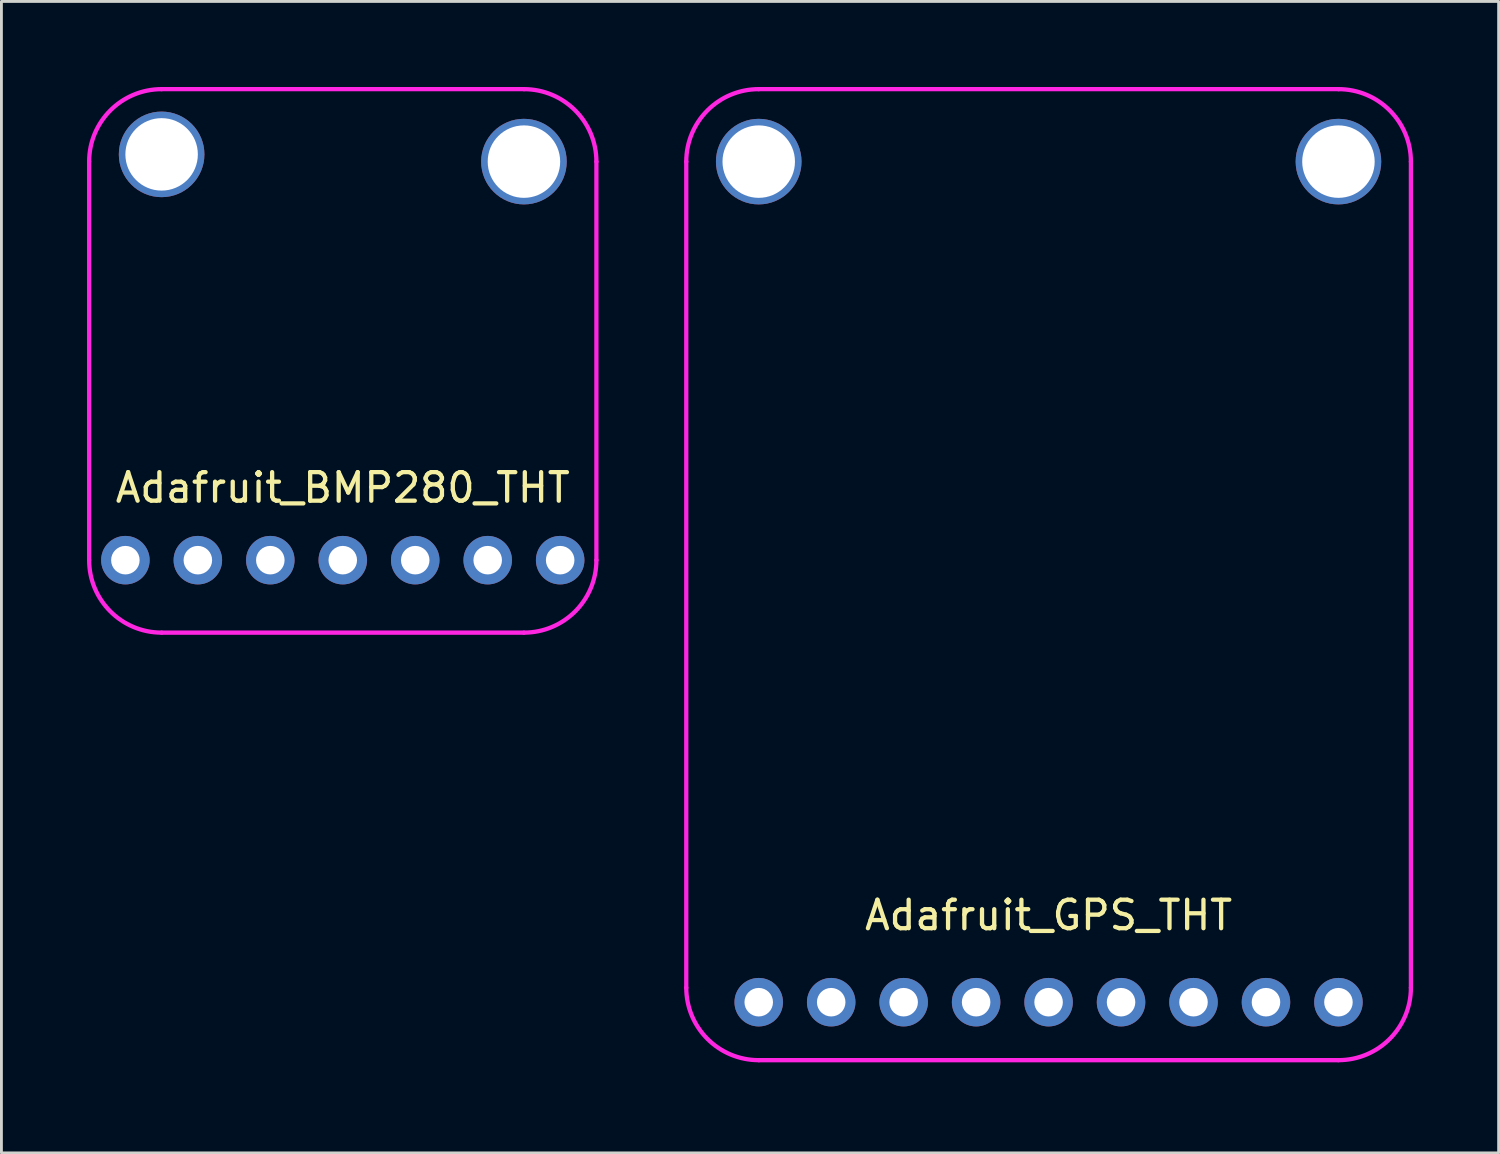
<source format=kicad_pcb>
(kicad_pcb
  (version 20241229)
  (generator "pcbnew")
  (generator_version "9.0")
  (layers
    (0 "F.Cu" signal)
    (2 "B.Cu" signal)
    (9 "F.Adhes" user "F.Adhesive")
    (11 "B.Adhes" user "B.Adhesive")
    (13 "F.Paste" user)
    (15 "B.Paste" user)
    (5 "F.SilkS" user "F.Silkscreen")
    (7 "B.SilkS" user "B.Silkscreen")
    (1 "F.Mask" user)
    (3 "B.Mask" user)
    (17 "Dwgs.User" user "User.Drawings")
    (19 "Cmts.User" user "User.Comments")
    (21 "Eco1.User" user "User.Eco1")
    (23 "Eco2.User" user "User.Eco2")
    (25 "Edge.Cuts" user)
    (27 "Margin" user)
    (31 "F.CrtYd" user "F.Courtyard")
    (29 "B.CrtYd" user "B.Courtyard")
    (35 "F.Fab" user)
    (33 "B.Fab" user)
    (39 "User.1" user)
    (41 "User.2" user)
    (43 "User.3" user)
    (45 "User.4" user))
  (footprint "Adafruit_GPS_THT"
    (layer "F.Cu")
    (at 33.705 34.111)
    (property "Reference" "Adafruit_GPS_THT" (at 0 -5.08 0) (layer "F.SilkS") (effects (font (size 1 1) (thickness 0.15))))
    (attr through_hole)
    (fp_line (start -12.7 -2.54) (end -12.7 -31.496) (stroke (width 0.15) (type solid)) (layer "F.CrtYd"))
    (fp_line (start -10.16 -34.036) (end 10.16 -34.036) (stroke (width 0.15) (type solid)) (layer "F.CrtYd"))
    (fp_line (start 10.16 0) (end -10.16 0) (stroke (width 0.15) (type solid)) (layer "F.CrtYd"))
    (fp_line (start 12.7 -31.496) (end 12.7 -2.54) (stroke (width 0.15) (type solid)) (layer "F.CrtYd"))
    (fp_arc (start -12.7 -31.496) (mid -11.956051 -33.292051) (end -10.16 -34.036) (stroke (width 0.15) (type solid)) (layer "F.CrtYd"))
    (fp_arc (start -10.16 0) (mid -11.956051 -0.743949) (end -12.7 -2.54) (stroke (width 0.15) (type solid)) (layer "F.CrtYd"))
    (fp_arc (start 10.16 -34.036) (mid 11.956051 -33.292051) (end 12.7 -31.496) (stroke (width 0.15) (type solid)) (layer "F.CrtYd"))
    (fp_arc (start 12.7 -2.54) (mid 11.956051 -0.743949) (end 10.16 0) (stroke (width 0.15) (type solid)) (layer "F.CrtYd"))
    (pad "" np_thru_hole circle (at -10.16 -31.496) (size 3 3) (drill 2.54) (layers "*.Cu" "*.Mask"))
    (pad "" np_thru_hole circle (at 10.16 -31.496) (size 3 3) (drill 2.54) (layers "*.Cu" "*.Mask"))
    (pad "1" thru_hole circle (at -10.16 -2.032) (size 1.7 1.7) (drill 1) (layers "*.Cu" "*.Mask"))
    (pad "2" thru_hole circle (at -7.62 -2.032) (size 1.7 1.7) (drill 1) (layers "*.Cu" "*.Mask"))
    (pad "3" thru_hole circle (at -5.08 -2.032) (size 1.7 1.7) (drill 1) (layers "*.Cu" "*.Mask"))
    (pad "4" thru_hole circle (at -2.54 -2.032) (size 1.7 1.7) (drill 1) (layers "*.Cu" "*.Mask"))
    (pad "5" thru_hole circle (at 0 -2.032) (size 1.7 1.7) (drill 1) (layers "*.Cu" "*.Mask"))
    (pad "6" thru_hole circle (at 2.54 -2.032) (size 1.7 1.7) (drill 1) (layers "*.Cu" "*.Mask"))
    (pad "7" thru_hole circle (at 5.08 -2.032) (size 1.7 1.7) (drill 1) (layers "*.Cu" "*.Mask"))
    (pad "8" thru_hole circle (at 7.62 -2.032) (size 1.7 1.7) (drill 1) (layers "*.Cu" "*.Mask"))
    (pad "9" thru_hole circle (at 10.16 -2.032) (size 1.7 1.7) (drill 1) (layers "*.Cu" "*.Mask")))
  (footprint "Adafruit_BMP280_THT"
    (layer "F.Cu")
    (at 8.965 19.125)
    (property "Reference" "Adafruit_BMP280_THT" (at 0 -5.08 0) (layer "F.SilkS") (effects (font (size 1 1) (thickness 0.15))))
    (attr through_hole)
    (fp_line (start -8.89 -2.54) (end -8.89 -16.51) (stroke (width 0.15) (type solid)) (layer "F.CrtYd"))
    (fp_line (start -6.35 -19.05) (end 6.35 -19.05) (stroke (width 0.15) (type solid)) (layer "F.CrtYd"))
    (fp_line (start 6.35 0) (end -6.35 0) (stroke (width 0.15) (type solid)) (layer "F.CrtYd"))
    (fp_line (start 8.89 -16.51) (end 8.89 -2.54) (stroke (width 0.15) (type solid)) (layer "F.CrtYd"))
    (fp_arc (start -8.89 -16.51) (mid -8.146051 -18.306051) (end -6.35 -19.05) (stroke (width 0.15) (type solid)) (layer "F.CrtYd"))
    (fp_arc (start -6.35 0) (mid -8.146051 -0.743949) (end -8.89 -2.54) (stroke (width 0.15) (type solid)) (layer "F.CrtYd"))
    (fp_arc (start 6.35 -19.05) (mid 8.146051 -18.306051) (end 8.89 -16.51) (stroke (width 0.15) (type solid)) (layer "F.CrtYd"))
    (fp_arc (start 8.89 -2.54) (mid 8.146051 -0.743949) (end 6.35 0) (stroke (width 0.15) (type solid)) (layer "F.CrtYd"))
    (pad "" np_thru_hole circle (at -6.35 -16.764) (size 3 3) (drill 2.54) (layers "*.Cu" "*.Mask"))
    (pad "" np_thru_hole circle (at 6.35 -16.51) (size 3 3) (drill 2.54) (layers "*.Cu" "*.Mask"))
    (pad "1" thru_hole circle (at -7.62 -2.54) (size 1.7 1.7) (drill 1) (layers "*.Cu" "*.Mask"))
    (pad "2" thru_hole circle (at -5.08 -2.54) (size 1.7 1.7) (drill 1) (layers "*.Cu" "*.Mask"))
    (pad "3" thru_hole circle (at -2.54 -2.54) (size 1.7 1.7) (drill 1) (layers "*.Cu" "*.Mask"))
    (pad "4" thru_hole circle (at 0 -2.54) (size 1.7 1.7) (drill 1) (layers "*.Cu" "*.Mask"))
    (pad "5" thru_hole circle (at 2.54 -2.54) (size 1.7 1.7) (drill 1) (layers "*.Cu" "*.Mask"))
    (pad "6" thru_hole circle (at 5.08 -2.54) (size 1.7 1.7) (drill 1) (layers "*.Cu" "*.Mask"))
    (pad "7" thru_hole circle (at 7.62 -2.54) (size 1.7 1.7) (drill 1) (layers "*.Cu" "*.Mask")))
  (gr_rect
    (start -3 -3)
    (end 49.48 37.361)
    (stroke (width 0.1) (type default))
    (fill no)
    (layer "Edge.Cuts")))
</source>
